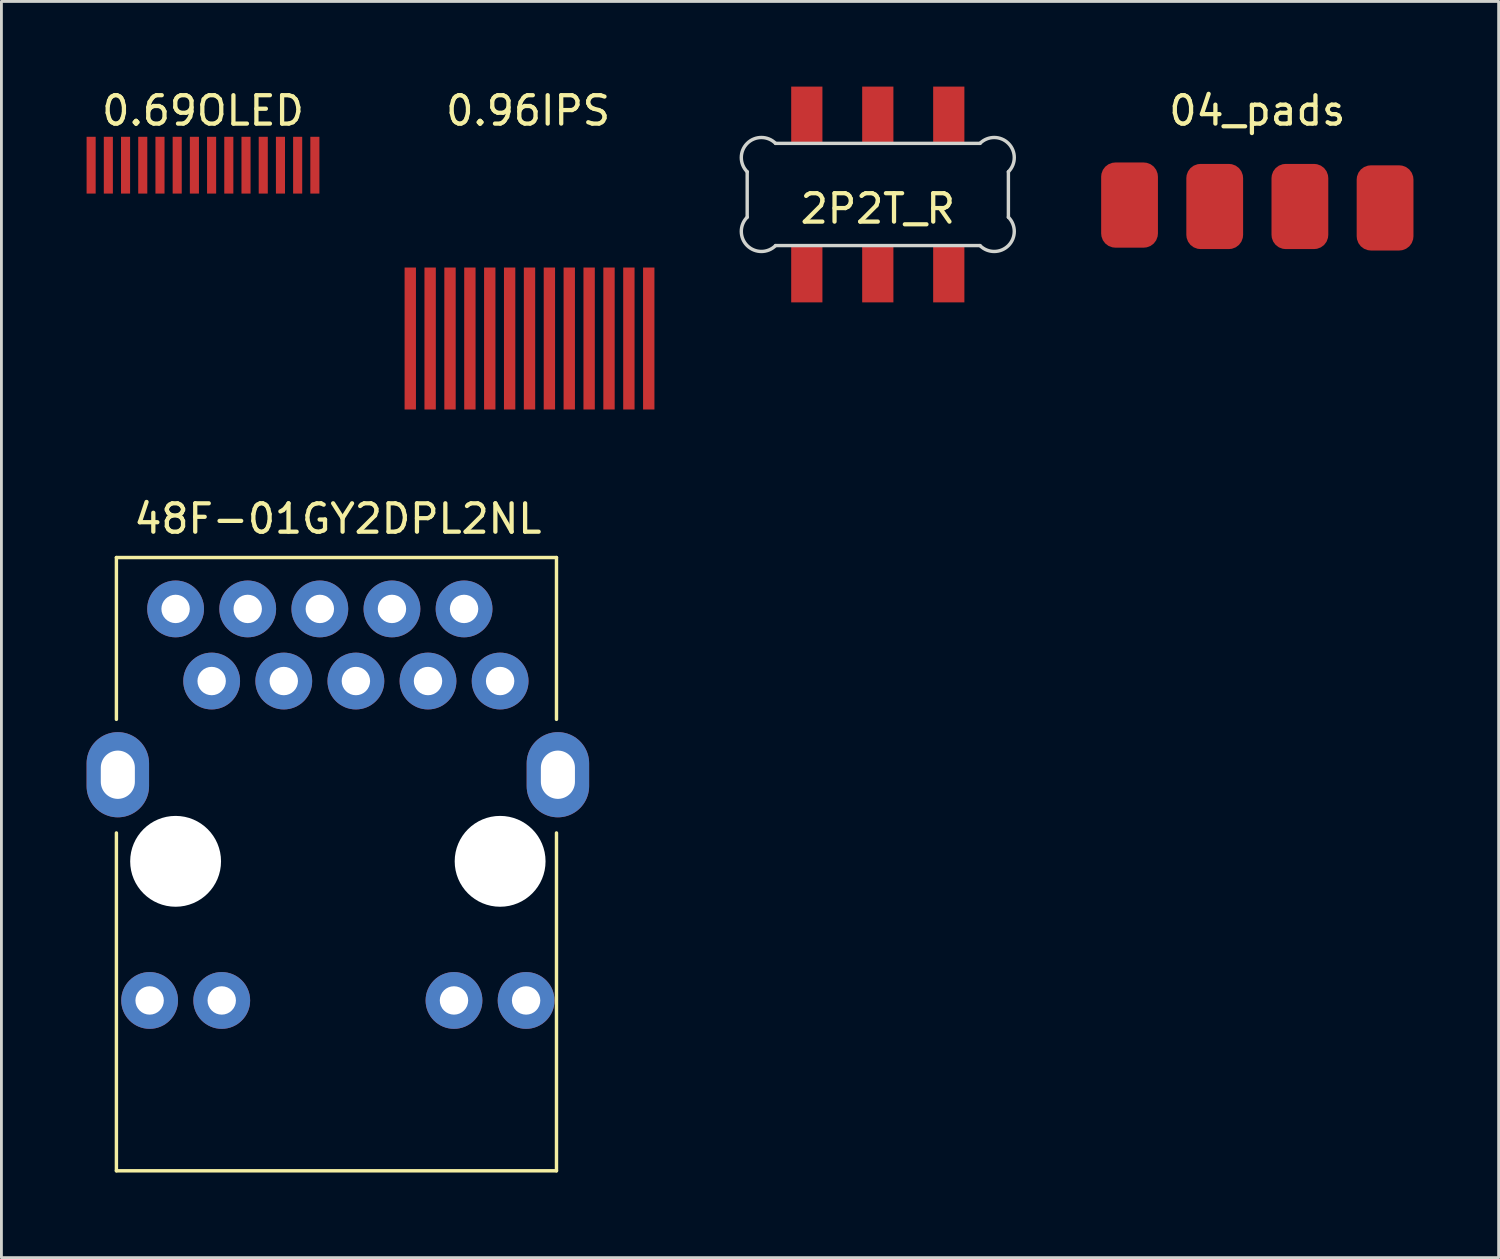
<source format=kicad_pcb>
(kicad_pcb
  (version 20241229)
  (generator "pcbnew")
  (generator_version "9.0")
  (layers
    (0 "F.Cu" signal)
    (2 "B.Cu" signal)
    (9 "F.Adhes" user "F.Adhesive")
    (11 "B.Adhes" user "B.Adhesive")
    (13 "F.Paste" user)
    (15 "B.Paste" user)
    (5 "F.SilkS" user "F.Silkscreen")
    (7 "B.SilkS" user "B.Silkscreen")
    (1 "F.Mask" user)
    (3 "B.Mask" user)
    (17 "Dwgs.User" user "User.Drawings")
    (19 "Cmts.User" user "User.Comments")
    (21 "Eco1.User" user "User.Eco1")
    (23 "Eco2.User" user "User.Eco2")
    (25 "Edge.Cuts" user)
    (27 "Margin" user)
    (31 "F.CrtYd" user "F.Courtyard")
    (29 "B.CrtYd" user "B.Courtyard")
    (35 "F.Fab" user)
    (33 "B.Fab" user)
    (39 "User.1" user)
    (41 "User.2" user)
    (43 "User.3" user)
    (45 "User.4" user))
  (footprint "0.96IPS"
    (layer "F.Cu")
    (at 15.6 8.873)
    (property "Reference" "0.96IPS" (at -0.05 -8.025 0) (layer "F.SilkS") (effects (font (size 1 1) (thickness 0.15))))
    (attr through_hole)
    (pad "1" smd rect (at -4.2 0) (size 0.4 5) (layers "F.Cu" "F.Mask" "F.Paste"))
    (pad "2" smd rect (at -3.5 0) (size 0.4 5) (layers "F.Cu" "F.Mask" "F.Paste"))
    (pad "3" smd rect (at -2.8 0) (size 0.4 5) (layers "F.Cu" "F.Mask" "F.Paste"))
    (pad "4" smd rect (at -2.1 0) (size 0.4 5) (layers "F.Cu" "F.Mask" "F.Paste"))
    (pad "5" smd rect (at -1.4 0) (size 0.4 5) (layers "F.Cu" "F.Mask" "F.Paste"))
    (pad "6" smd rect (at -0.7 0) (size 0.4 5) (layers "F.Cu" "F.Mask" "F.Paste"))
    (pad "7" smd rect (at 0 0) (size 0.4 5) (layers "F.Cu" "F.Mask" "F.Paste"))
    (pad "8" smd rect (at 0.7 0) (size 0.4 5) (layers "F.Cu" "F.Mask" "F.Paste"))
    (pad "9" smd rect (at 1.4 0) (size 0.4 5) (layers "F.Cu" "F.Mask" "F.Paste"))
    (pad "10" smd rect (at 2.1 0) (size 0.4 5) (layers "F.Cu" "F.Mask" "F.Paste"))
    (pad "11" smd rect (at 2.8 0) (size 0.4 5) (layers "F.Cu" "F.Mask" "F.Paste"))
    (pad "12" smd rect (at 3.5 0) (size 0.4 5) (layers "F.Cu" "F.Mask" "F.Paste"))
    (pad "13" smd rect (at 4.2 0) (size 0.4 5) (layers "F.Cu" "F.Mask" "F.Paste")))
  (footprint "0.69OLED"
    (layer "F.Cu")
    (at 4.1 2.768)
    (property "Reference" "0.69OLED" (at 0 -1.92 0) (layer "F.SilkS") (effects (font (size 1 1) (thickness 0.15))))
    (attr through_hole)
    (pad "1" smd rect (at -3.94 0) (size 0.32 2) (layers "F.Cu" "F.Mask" "F.Paste"))
    (pad "2" smd rect (at -3.334 0) (size 0.32 2) (layers "F.Cu" "F.Mask" "F.Paste"))
    (pad "3" smd rect (at -2.728 0) (size 0.32 2) (layers "F.Cu" "F.Mask" "F.Paste"))
    (pad "4" smd rect (at -2.122 0) (size 0.32 2) (layers "F.Cu" "F.Mask" "F.Paste"))
    (pad "5" smd rect (at -1.515 0) (size 0.32 2) (layers "F.Cu" "F.Mask" "F.Paste"))
    (pad "6" smd rect (at -0.909 0) (size 0.32 2) (layers "F.Cu" "F.Mask" "F.Paste"))
    (pad "7" smd rect (at -0.303 0) (size 0.32 2) (layers "F.Cu" "F.Mask" "F.Paste"))
    (pad "8" smd rect (at 0.303 0) (size 0.32 2) (layers "F.Cu" "F.Mask" "F.Paste"))
    (pad "9" smd rect (at 0.909 0) (size 0.32 2) (layers "F.Cu" "F.Mask" "F.Paste"))
    (pad "10" smd rect (at 1.515 0) (size 0.32 2) (layers "F.Cu" "F.Mask" "F.Paste"))
    (pad "11" smd rect (at 2.122 0) (size 0.32 2) (layers "F.Cu" "F.Mask" "F.Paste"))
    (pad "12" smd rect (at 2.728 0) (size 0.32 2) (layers "F.Cu" "F.Mask" "F.Paste"))
    (pad "13" smd rect (at 3.334 0) (size 0.32 2) (layers "F.Cu" "F.Mask" "F.Paste"))
    (pad "14" smd rect (at 3.94 0) (size 0.32 2) (layers "F.Cu" "F.Mask" "F.Paste")))
  (footprint "2P2T_R"
    (layer "F.Cu")
    (at 27.867 3.8)
    (property "Reference" "2P2T_R" (at 0 0.5 0) (layer "F.SilkS") (effects (font (size 1 1) (thickness 0.15))))
    (attr through_hole)
    (fp_line (start -4.6 -0.8) (end -4.6 0.8) (stroke (width 0.12) (type solid)) (layer "Edge.Cuts"))
    (fp_line (start -3.6 1.8) (end 3.6 1.8) (stroke (width 0.12) (type solid)) (layer "Edge.Cuts"))
    (fp_line (start 3.6 -1.8) (end -3.6 -1.8) (stroke (width 0.12) (type solid)) (layer "Edge.Cuts"))
    (fp_line (start 4.6 -0.8) (end 4.6 0.8) (stroke (width 0.12) (type solid)) (layer "Edge.Cuts"))
    (fp_arc (start -4.599998 -0.800002) (mid -4.599998 -1.8) (end -3.6 -1.8) (stroke (width 0.12) (type solid)) (layer "Edge.Cuts"))
    (fp_arc (start -3.600001 1.799999) (mid -4.599999 1.799999) (end -4.599999 0.800001) (stroke (width 0.12) (type solid)) (layer "Edge.Cuts"))
    (fp_arc (start 3.600002 -1.799998) (mid 4.6 -1.799998) (end 4.6 -0.8) (stroke (width 0.12) (type solid)) (layer "Edge.Cuts"))
    (fp_arc (start 4.599998 0.800002) (mid 4.599998 1.8) (end 3.6 1.8) (stroke (width 0.12) (type solid)) (layer "Edge.Cuts"))
    (pad "1" smd rect (at -2.5 -2.825) (size 1.1 1.95) (layers "F.Cu" "F.Mask" "F.Paste"))
    (pad "2" smd rect (at 0 -2.825) (size 1.1 1.95) (layers "F.Cu" "F.Mask" "F.Paste"))
    (pad "3" smd rect (at 2.5 -2.825) (size 1.1 1.95) (layers "F.Cu" "F.Mask" "F.Paste"))
    (pad "4" smd rect (at -2.5 2.825) (size 1.1 1.95) (layers "F.Cu" "F.Mask" "F.Paste"))
    (pad "5" smd rect (at 0 2.825) (size 1.1 1.95) (layers "F.Cu" "F.Mask" "F.Paste"))
    (pad "6" smd rect (at 2.5 2.825) (size 1.1 1.95) (layers "F.Cu" "F.Mask" "F.Paste")))
  (footprint "04_pads"
    (layer "F.Cu")
    (at 41.234 4.173)
    (property "Reference" "04_pads" (at 0 -3.325 0) (layer "F.SilkS") (effects (font (size 1 1) (thickness 0.15))))
    (attr through_hole)
    (pad "1" smd roundrect (at -4.5 0) (size 2 3) (layers "F.Cu" "F.Mask" "F.Paste") (roundrect_rratio 0.25))
    (pad "2" smd roundrect (at -1.5 0.05) (size 2 3) (layers "F.Cu" "F.Mask" "F.Paste") (roundrect_rratio 0.25))
    (pad "3" smd roundrect (at 1.5 0.05) (size 2 3) (layers "F.Cu" "F.Mask" "F.Paste") (roundrect_rratio 0.25))
    (pad "4" smd roundrect (at 4.5 0.1) (size 2 3) (layers "F.Cu" "F.Mask" "F.Paste") (roundrect_rratio 0.25)))
  (footprint "48F-01GY2DPL2NL"
    (layer "F.Cu")
    (at 8.85 27.287)
    (property "Reference" "48F-01GY2DPL2NL" (at 0 -12.065 0) (layer "F.SilkS") (effects (font (size 1 1) (thickness 0.15))))
    (attr through_hole)
    (fp_line (start -7.8 -5) (end -7.8 -10.7) (stroke (width 0.12) (type solid)) (layer "F.SilkS"))
    (fp_line (start -7.8 10.9) (end -7.8 -1) (stroke (width 0.12) (type solid)) (layer "F.SilkS"))
    (fp_line (start -7.8 10.9) (end 7.7 10.9) (stroke (width 0.12) (type solid)) (layer "F.SilkS"))
    (fp_line (start 7.7 -10.7) (end -7.8 -10.7) (stroke (width 0.12) (type solid)) (layer "F.SilkS"))
    (fp_line (start 7.7 -5) (end 7.7 -10.7) (stroke (width 0.12) (type solid)) (layer "F.SilkS"))
    (fp_line (start 7.7 10.9) (end 7.7 -1) (stroke (width 0.12) (type solid)) (layer "F.SilkS"))
    (pad "" np_thru_hole circle (at -5.715 0) (size 3.2 3.2) (drill 3.2) (layers "*.Cu" "*.Mask"))
    (pad "" np_thru_hole circle (at 5.715 0) (size 3.2 3.2) (drill 3.2) (layers "*.Cu" "*.Mask"))
    (pad "1" thru_hole circle (at -5.715 -8.89) (size 2 2) (drill 1) (layers "*.Cu" "*.Mask"))
    (pad "2" thru_hole circle (at -4.445 -6.35) (size 2 2) (drill 1) (layers "*.Cu" "*.Mask"))
    (pad "3" thru_hole circle (at -3.175 -8.89) (size 2 2) (drill 1) (layers "*.Cu" "*.Mask"))
    (pad "4" thru_hole circle (at -1.905 -6.35) (size 2 2) (drill 1) (layers "*.Cu" "*.Mask"))
    (pad "5" thru_hole circle (at -0.635 -8.89) (size 2 2) (drill 1) (layers "*.Cu" "*.Mask"))
    (pad "6" thru_hole circle (at 0.635 -6.35) (size 2 2) (drill 1) (layers "*.Cu" "*.Mask"))
    (pad "7" thru_hole circle (at 1.905 -8.89) (size 2 2) (drill 1) (layers "*.Cu" "*.Mask"))
    (pad "8" thru_hole circle (at 3.175 -6.35) (size 2 2) (drill 1) (layers "*.Cu" "*.Mask"))
    (pad "9" thru_hole circle (at 4.445 -8.89) (size 2 2) (drill 1) (layers "*.Cu" "*.Mask"))
    (pad "10" thru_hole circle (at 5.715 -6.35) (size 2 2) (drill 1) (layers "*.Cu" "*.Mask"))
    (pad "11" thru_hole circle (at -6.63 4.9) (size 2 2) (drill 1) (layers "*.Cu" "*.Mask"))
    (pad "12" thru_hole circle (at -4.09 4.9) (size 2 2) (drill 1) (layers "*.Cu" "*.Mask"))
    (pad "13" thru_hole circle (at 4.09 4.9) (size 2 2) (drill 1) (layers "*.Cu" "*.Mask"))
    (pad "14" thru_hole circle (at 6.63 4.9) (size 2 2) (drill 1) (layers "*.Cu" "*.Mask"))
    (pad "SH" thru_hole oval (at -7.75 -3.05) (size 2.2 3) (drill oval 1.2 1.7) (layers "*.Cu" "*.Mask"))
    (pad "SH" thru_hole oval (at 7.75 -3.05) (size 2.2 3) (drill oval 1.2 1.7) (layers "*.Cu" "*.Mask")))
  (gr_rect
    (start -3 -3)
    (end 49.734 41.246)
    (stroke (width 0.1) (type default))
    (fill no)
    (layer "Edge.Cuts")))
</source>
